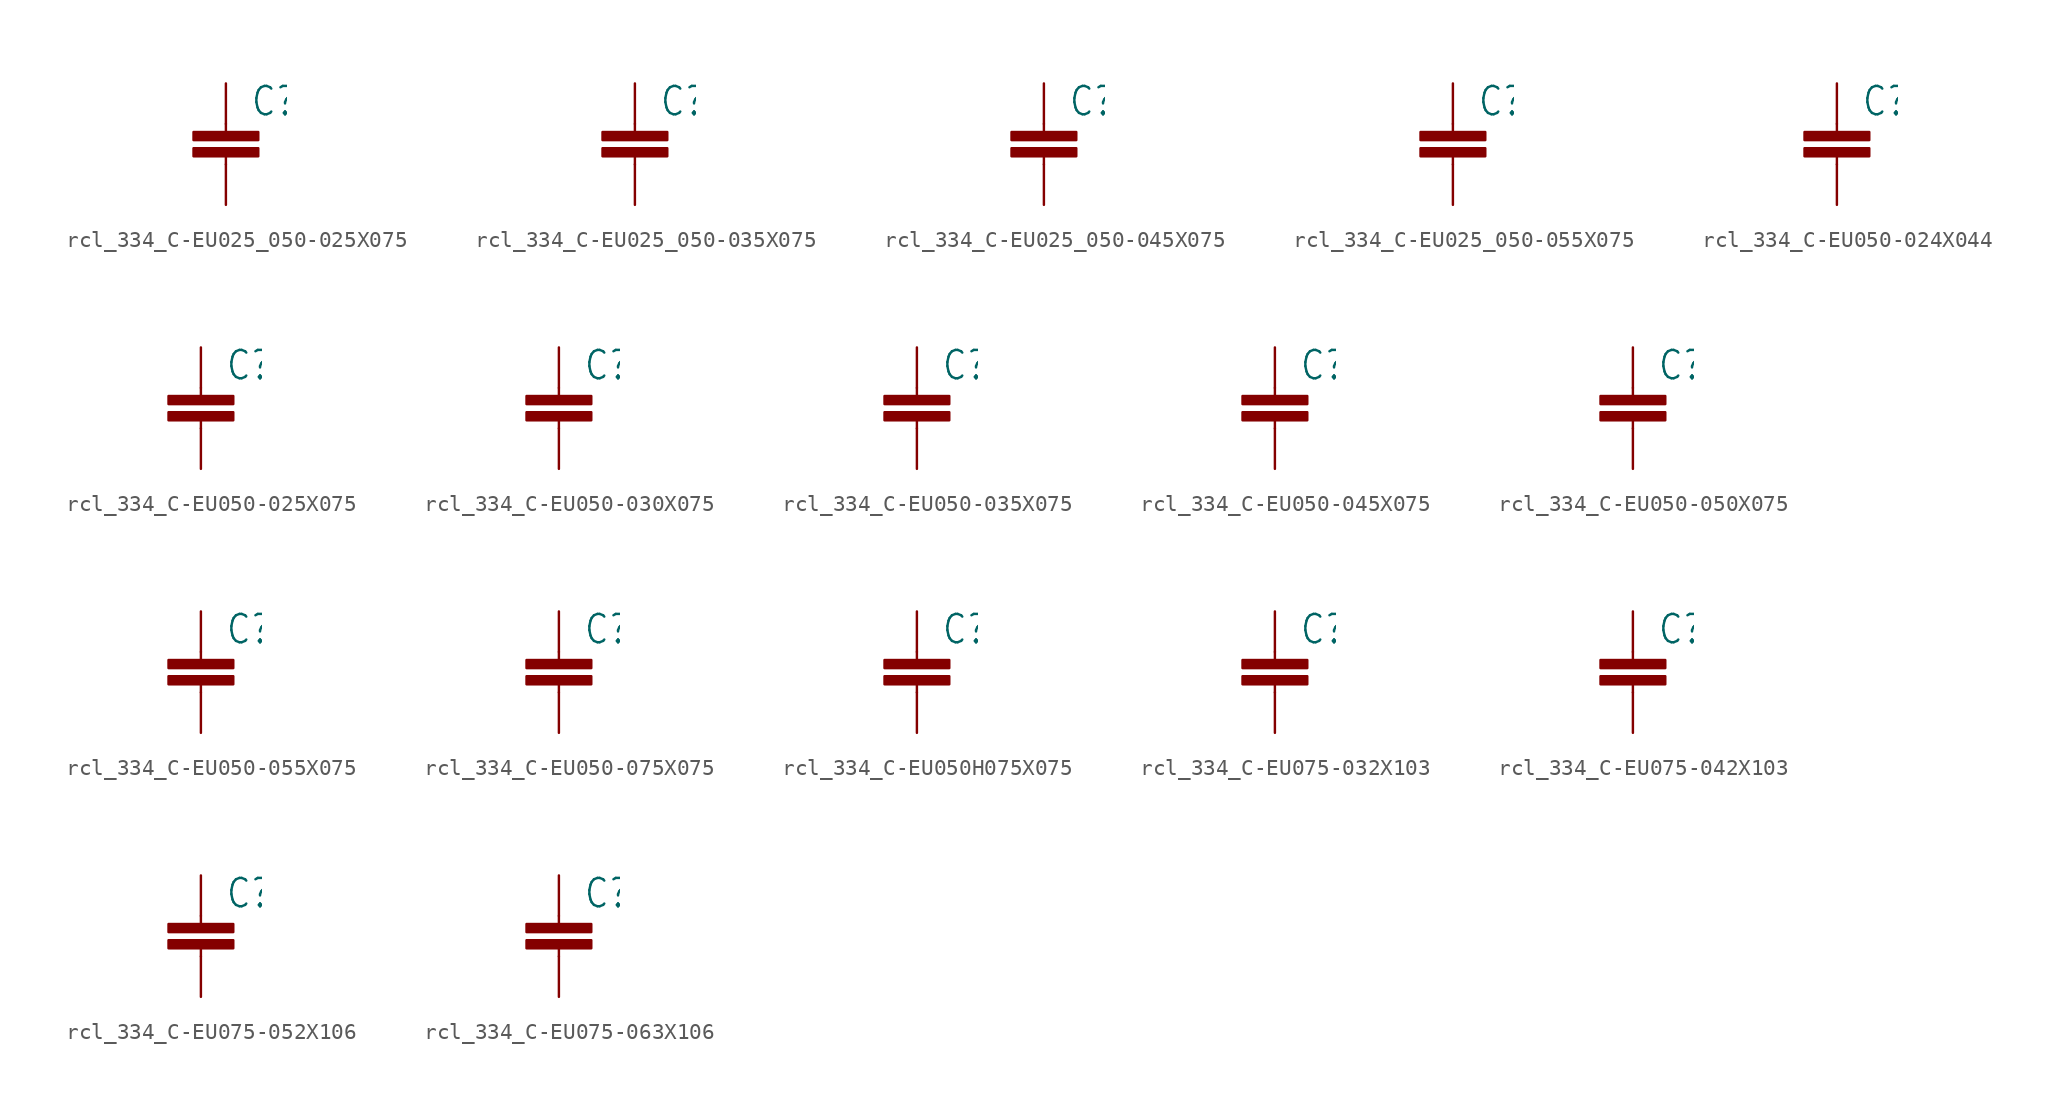
<source format=kicad_sym>
(kicad_symbol_lib
  (version 20241209)
  (generator "kicad_symbol_editor")
  (generator_version "9.0")
  (symbol "rcl_334_C-EU025_050-025X075"
    (property "Reference" "C"
      (at 1.524 0.381 0)
      (effects (font (size 1.778 1.511)) (justify left bottom)))
    (property "Value" ""
      (at 1.524 -4.699 0)
      (effects (font (size 1.778 1.511)) (justify left bottom)))
    (property "ki_locked" ""
      (at 0 0 0)
      (effects (font (size 1.27 1.27))))
    (symbol "rcl_334_C-EU025_050-025X075_1_0"
      (rectangle (start -2.032 -1.016) (end 2.032 -0.508) (stroke (width 0) (type default)) (fill (type outline)))
      (rectangle (start -2.032 -2.032) (end 2.032 -1.524) (stroke (width 0) (type default)) (fill (type outline)))
      (polyline (pts (xy 0 0) (xy 0 -0.508)) (stroke (width 0.152) (type solid)) (fill (type none)))
      (polyline (pts (xy 0 -2.54) (xy 0 -2.032)) (stroke (width 0.152) (type solid)) (fill (type none)))
      (pin passive line (at 0 2.54 270) (length 2.54) (name "1" (effects (font (size 0 0)))) (number "1" (effects (font (size 0 0)))))
      (pin passive line (at 0 -5.08 90) (length 2.54) (name "2" (effects (font (size 0 0)))) (number "2" (effects (font (size 0 0)))))))
  (symbol "rcl_334_C-EU025_050-035X075"
    (property "Reference" "C"
      (at 1.524 0.381 0)
      (effects (font (size 1.778 1.511)) (justify left bottom)))
    (property "Value" ""
      (at 1.524 -4.699 0)
      (effects (font (size 1.778 1.511)) (justify left bottom)))
    (property "ki_locked" ""
      (at 0 0 0)
      (effects (font (size 1.27 1.27))))
    (symbol "rcl_334_C-EU025_050-035X075_1_0"
      (rectangle (start -2.032 -1.016) (end 2.032 -0.508) (stroke (width 0) (type default)) (fill (type outline)))
      (rectangle (start -2.032 -2.032) (end 2.032 -1.524) (stroke (width 0) (type default)) (fill (type outline)))
      (polyline (pts (xy 0 0) (xy 0 -0.508)) (stroke (width 0.152) (type solid)) (fill (type none)))
      (polyline (pts (xy 0 -2.54) (xy 0 -2.032)) (stroke (width 0.152) (type solid)) (fill (type none)))
      (pin passive line (at 0 2.54 270) (length 2.54) (name "1" (effects (font (size 0 0)))) (number "1" (effects (font (size 0 0)))))
      (pin passive line (at 0 -5.08 90) (length 2.54) (name "2" (effects (font (size 0 0)))) (number "2" (effects (font (size 0 0)))))))
  (symbol "rcl_334_C-EU025_050-045X075"
    (property "Reference" "C"
      (at 1.524 0.381 0)
      (effects (font (size 1.778 1.511)) (justify left bottom)))
    (property "Value" ""
      (at 1.524 -4.699 0)
      (effects (font (size 1.778 1.511)) (justify left bottom)))
    (property "ki_locked" ""
      (at 0 0 0)
      (effects (font (size 1.27 1.27))))
    (symbol "rcl_334_C-EU025_050-045X075_1_0"
      (rectangle (start -2.032 -1.016) (end 2.032 -0.508) (stroke (width 0) (type default)) (fill (type outline)))
      (rectangle (start -2.032 -2.032) (end 2.032 -1.524) (stroke (width 0) (type default)) (fill (type outline)))
      (polyline (pts (xy 0 0) (xy 0 -0.508)) (stroke (width 0.152) (type solid)) (fill (type none)))
      (polyline (pts (xy 0 -2.54) (xy 0 -2.032)) (stroke (width 0.152) (type solid)) (fill (type none)))
      (pin passive line (at 0 2.54 270) (length 2.54) (name "1" (effects (font (size 0 0)))) (number "1" (effects (font (size 0 0)))))
      (pin passive line (at 0 -5.08 90) (length 2.54) (name "2" (effects (font (size 0 0)))) (number "2" (effects (font (size 0 0)))))))
  (symbol "rcl_334_C-EU025_050-055X075"
    (property "Reference" "C"
      (at 1.524 0.381 0)
      (effects (font (size 1.778 1.511)) (justify left bottom)))
    (property "Value" ""
      (at 1.524 -4.699 0)
      (effects (font (size 1.778 1.511)) (justify left bottom)))
    (property "ki_locked" ""
      (at 0 0 0)
      (effects (font (size 1.27 1.27))))
    (symbol "rcl_334_C-EU025_050-055X075_1_0"
      (rectangle (start -2.032 -1.016) (end 2.032 -0.508) (stroke (width 0) (type default)) (fill (type outline)))
      (rectangle (start -2.032 -2.032) (end 2.032 -1.524) (stroke (width 0) (type default)) (fill (type outline)))
      (polyline (pts (xy 0 0) (xy 0 -0.508)) (stroke (width 0.152) (type solid)) (fill (type none)))
      (polyline (pts (xy 0 -2.54) (xy 0 -2.032)) (stroke (width 0.152) (type solid)) (fill (type none)))
      (pin passive line (at 0 2.54 270) (length 2.54) (name "1" (effects (font (size 0 0)))) (number "1" (effects (font (size 0 0)))))
      (pin passive line (at 0 -5.08 90) (length 2.54) (name "2" (effects (font (size 0 0)))) (number "2" (effects (font (size 0 0)))))))
  (symbol "rcl_334_C-EU050-024X044"
    (property "Reference" "C"
      (at 1.524 0.381 0)
      (effects (font (size 1.778 1.511)) (justify left bottom)))
    (property "Value" ""
      (at 1.524 -4.699 0)
      (effects (font (size 1.778 1.511)) (justify left bottom)))
    (property "ki_locked" ""
      (at 0 0 0)
      (effects (font (size 1.27 1.27))))
    (symbol "rcl_334_C-EU050-024X044_1_0"
      (rectangle (start -2.032 -1.016) (end 2.032 -0.508) (stroke (width 0) (type default)) (fill (type outline)))
      (rectangle (start -2.032 -2.032) (end 2.032 -1.524) (stroke (width 0) (type default)) (fill (type outline)))
      (polyline (pts (xy 0 0) (xy 0 -0.508)) (stroke (width 0.152) (type solid)) (fill (type none)))
      (polyline (pts (xy 0 -2.54) (xy 0 -2.032)) (stroke (width 0.152) (type solid)) (fill (type none)))
      (pin passive line (at 0 2.54 270) (length 2.54) (name "1" (effects (font (size 0 0)))) (number "1" (effects (font (size 0 0)))))
      (pin passive line (at 0 -5.08 90) (length 2.54) (name "2" (effects (font (size 0 0)))) (number "2" (effects (font (size 0 0)))))))
  (symbol "rcl_334_C-EU050-025X075"
    (property "Reference" "C"
      (at 1.524 0.381 0)
      (effects (font (size 1.778 1.511)) (justify left bottom)))
    (property "Value" ""
      (at 1.524 -4.699 0)
      (effects (font (size 1.778 1.511)) (justify left bottom)))
    (property "ki_locked" ""
      (at 0 0 0)
      (effects (font (size 1.27 1.27))))
    (symbol "rcl_334_C-EU050-025X075_1_0"
      (rectangle (start -2.032 -1.016) (end 2.032 -0.508) (stroke (width 0) (type default)) (fill (type outline)))
      (rectangle (start -2.032 -2.032) (end 2.032 -1.524) (stroke (width 0) (type default)) (fill (type outline)))
      (polyline (pts (xy 0 0) (xy 0 -0.508)) (stroke (width 0.152) (type solid)) (fill (type none)))
      (polyline (pts (xy 0 -2.54) (xy 0 -2.032)) (stroke (width 0.152) (type solid)) (fill (type none)))
      (pin passive line (at 0 2.54 270) (length 2.54) (name "1" (effects (font (size 0 0)))) (number "1" (effects (font (size 0 0)))))
      (pin passive line (at 0 -5.08 90) (length 2.54) (name "2" (effects (font (size 0 0)))) (number "2" (effects (font (size 0 0)))))))
  (symbol "rcl_334_C-EU050-030X075"
    (property "Reference" "C"
      (at 1.524 0.381 0)
      (effects (font (size 1.778 1.511)) (justify left bottom)))
    (property "Value" ""
      (at 1.524 -4.699 0)
      (effects (font (size 1.778 1.511)) (justify left bottom)))
    (property "ki_locked" ""
      (at 0 0 0)
      (effects (font (size 1.27 1.27))))
    (symbol "rcl_334_C-EU050-030X075_1_0"
      (rectangle (start -2.032 -1.016) (end 2.032 -0.508) (stroke (width 0) (type default)) (fill (type outline)))
      (rectangle (start -2.032 -2.032) (end 2.032 -1.524) (stroke (width 0) (type default)) (fill (type outline)))
      (polyline (pts (xy 0 0) (xy 0 -0.508)) (stroke (width 0.152) (type solid)) (fill (type none)))
      (polyline (pts (xy 0 -2.54) (xy 0 -2.032)) (stroke (width 0.152) (type solid)) (fill (type none)))
      (pin passive line (at 0 2.54 270) (length 2.54) (name "1" (effects (font (size 0 0)))) (number "1" (effects (font (size 0 0)))))
      (pin passive line (at 0 -5.08 90) (length 2.54) (name "2" (effects (font (size 0 0)))) (number "2" (effects (font (size 0 0)))))))
  (symbol "rcl_334_C-EU050-035X075"
    (property "Reference" "C"
      (at 1.524 0.381 0)
      (effects (font (size 1.778 1.511)) (justify left bottom)))
    (property "Value" ""
      (at 1.524 -4.699 0)
      (effects (font (size 1.778 1.511)) (justify left bottom)))
    (property "ki_locked" ""
      (at 0 0 0)
      (effects (font (size 1.27 1.27))))
    (symbol "rcl_334_C-EU050-035X075_1_0"
      (rectangle (start -2.032 -1.016) (end 2.032 -0.508) (stroke (width 0) (type default)) (fill (type outline)))
      (rectangle (start -2.032 -2.032) (end 2.032 -1.524) (stroke (width 0) (type default)) (fill (type outline)))
      (polyline (pts (xy 0 0) (xy 0 -0.508)) (stroke (width 0.152) (type solid)) (fill (type none)))
      (polyline (pts (xy 0 -2.54) (xy 0 -2.032)) (stroke (width 0.152) (type solid)) (fill (type none)))
      (pin passive line (at 0 2.54 270) (length 2.54) (name "1" (effects (font (size 0 0)))) (number "1" (effects (font (size 0 0)))))
      (pin passive line (at 0 -5.08 90) (length 2.54) (name "2" (effects (font (size 0 0)))) (number "2" (effects (font (size 0 0)))))))
  (symbol "rcl_334_C-EU050-045X075"
    (property "Reference" "C"
      (at 1.524 0.381 0)
      (effects (font (size 1.778 1.511)) (justify left bottom)))
    (property "Value" ""
      (at 1.524 -4.699 0)
      (effects (font (size 1.778 1.511)) (justify left bottom)))
    (property "ki_locked" ""
      (at 0 0 0)
      (effects (font (size 1.27 1.27))))
    (symbol "rcl_334_C-EU050-045X075_1_0"
      (rectangle (start -2.032 -1.016) (end 2.032 -0.508) (stroke (width 0) (type default)) (fill (type outline)))
      (rectangle (start -2.032 -2.032) (end 2.032 -1.524) (stroke (width 0) (type default)) (fill (type outline)))
      (polyline (pts (xy 0 0) (xy 0 -0.508)) (stroke (width 0.152) (type solid)) (fill (type none)))
      (polyline (pts (xy 0 -2.54) (xy 0 -2.032)) (stroke (width 0.152) (type solid)) (fill (type none)))
      (pin passive line (at 0 2.54 270) (length 2.54) (name "1" (effects (font (size 0 0)))) (number "1" (effects (font (size 0 0)))))
      (pin passive line (at 0 -5.08 90) (length 2.54) (name "2" (effects (font (size 0 0)))) (number "2" (effects (font (size 0 0)))))))
  (symbol "rcl_334_C-EU050-050X075"
    (property "Reference" "C"
      (at 1.524 0.381 0)
      (effects (font (size 1.778 1.511)) (justify left bottom)))
    (property "Value" ""
      (at 1.524 -4.699 0)
      (effects (font (size 1.778 1.511)) (justify left bottom)))
    (property "ki_locked" ""
      (at 0 0 0)
      (effects (font (size 1.27 1.27))))
    (symbol "rcl_334_C-EU050-050X075_1_0"
      (rectangle (start -2.032 -1.016) (end 2.032 -0.508) (stroke (width 0) (type default)) (fill (type outline)))
      (rectangle (start -2.032 -2.032) (end 2.032 -1.524) (stroke (width 0) (type default)) (fill (type outline)))
      (polyline (pts (xy 0 0) (xy 0 -0.508)) (stroke (width 0.152) (type solid)) (fill (type none)))
      (polyline (pts (xy 0 -2.54) (xy 0 -2.032)) (stroke (width 0.152) (type solid)) (fill (type none)))
      (pin passive line (at 0 2.54 270) (length 2.54) (name "1" (effects (font (size 0 0)))) (number "1" (effects (font (size 0 0)))))
      (pin passive line (at 0 -5.08 90) (length 2.54) (name "2" (effects (font (size 0 0)))) (number "2" (effects (font (size 0 0)))))))
  (symbol "rcl_334_C-EU050-055X075"
    (property "Reference" "C"
      (at 1.524 0.381 0)
      (effects (font (size 1.778 1.511)) (justify left bottom)))
    (property "Value" ""
      (at 1.524 -4.699 0)
      (effects (font (size 1.778 1.511)) (justify left bottom)))
    (property "ki_locked" ""
      (at 0 0 0)
      (effects (font (size 1.27 1.27))))
    (symbol "rcl_334_C-EU050-055X075_1_0"
      (rectangle (start -2.032 -1.016) (end 2.032 -0.508) (stroke (width 0) (type default)) (fill (type outline)))
      (rectangle (start -2.032 -2.032) (end 2.032 -1.524) (stroke (width 0) (type default)) (fill (type outline)))
      (polyline (pts (xy 0 0) (xy 0 -0.508)) (stroke (width 0.152) (type solid)) (fill (type none)))
      (polyline (pts (xy 0 -2.54) (xy 0 -2.032)) (stroke (width 0.152) (type solid)) (fill (type none)))
      (pin passive line (at 0 2.54 270) (length 2.54) (name "1" (effects (font (size 0 0)))) (number "1" (effects (font (size 0 0)))))
      (pin passive line (at 0 -5.08 90) (length 2.54) (name "2" (effects (font (size 0 0)))) (number "2" (effects (font (size 0 0)))))))
  (symbol "rcl_334_C-EU050-075X075"
    (property "Reference" "C"
      (at 1.524 0.381 0)
      (effects (font (size 1.778 1.511)) (justify left bottom)))
    (property "Value" ""
      (at 1.524 -4.699 0)
      (effects (font (size 1.778 1.511)) (justify left bottom)))
    (property "ki_locked" ""
      (at 0 0 0)
      (effects (font (size 1.27 1.27))))
    (symbol "rcl_334_C-EU050-075X075_1_0"
      (rectangle (start -2.032 -1.016) (end 2.032 -0.508) (stroke (width 0) (type default)) (fill (type outline)))
      (rectangle (start -2.032 -2.032) (end 2.032 -1.524) (stroke (width 0) (type default)) (fill (type outline)))
      (polyline (pts (xy 0 0) (xy 0 -0.508)) (stroke (width 0.152) (type solid)) (fill (type none)))
      (polyline (pts (xy 0 -2.54) (xy 0 -2.032)) (stroke (width 0.152) (type solid)) (fill (type none)))
      (pin passive line (at 0 2.54 270) (length 2.54) (name "1" (effects (font (size 0 0)))) (number "1" (effects (font (size 0 0)))))
      (pin passive line (at 0 -5.08 90) (length 2.54) (name "2" (effects (font (size 0 0)))) (number "2" (effects (font (size 0 0)))))))
  (symbol "rcl_334_C-EU050H075X075"
    (property "Reference" "C"
      (at 1.524 0.381 0)
      (effects (font (size 1.778 1.511)) (justify left bottom)))
    (property "Value" ""
      (at 1.524 -4.699 0)
      (effects (font (size 1.778 1.511)) (justify left bottom)))
    (property "ki_locked" ""
      (at 0 0 0)
      (effects (font (size 1.27 1.27))))
    (symbol "rcl_334_C-EU050H075X075_1_0"
      (rectangle (start -2.032 -1.016) (end 2.032 -0.508) (stroke (width 0) (type default)) (fill (type outline)))
      (rectangle (start -2.032 -2.032) (end 2.032 -1.524) (stroke (width 0) (type default)) (fill (type outline)))
      (polyline (pts (xy 0 0) (xy 0 -0.508)) (stroke (width 0.152) (type solid)) (fill (type none)))
      (polyline (pts (xy 0 -2.54) (xy 0 -2.032)) (stroke (width 0.152) (type solid)) (fill (type none)))
      (pin passive line (at 0 2.54 270) (length 2.54) (name "1" (effects (font (size 0 0)))) (number "1" (effects (font (size 0 0)))))
      (pin passive line (at 0 -5.08 90) (length 2.54) (name "2" (effects (font (size 0 0)))) (number "2" (effects (font (size 0 0)))))))
  (symbol "rcl_334_C-EU075-032X103"
    (property "Reference" "C"
      (at 1.524 0.381 0)
      (effects (font (size 1.778 1.511)) (justify left bottom)))
    (property "Value" ""
      (at 1.524 -4.699 0)
      (effects (font (size 1.778 1.511)) (justify left bottom)))
    (property "ki_locked" ""
      (at 0 0 0)
      (effects (font (size 1.27 1.27))))
    (symbol "rcl_334_C-EU075-032X103_1_0"
      (rectangle (start -2.032 -1.016) (end 2.032 -0.508) (stroke (width 0) (type default)) (fill (type outline)))
      (rectangle (start -2.032 -2.032) (end 2.032 -1.524) (stroke (width 0) (type default)) (fill (type outline)))
      (polyline (pts (xy 0 0) (xy 0 -0.508)) (stroke (width 0.152) (type solid)) (fill (type none)))
      (polyline (pts (xy 0 -2.54) (xy 0 -2.032)) (stroke (width 0.152) (type solid)) (fill (type none)))
      (pin passive line (at 0 2.54 270) (length 2.54) (name "1" (effects (font (size 0 0)))) (number "1" (effects (font (size 0 0)))))
      (pin passive line (at 0 -5.08 90) (length 2.54) (name "2" (effects (font (size 0 0)))) (number "2" (effects (font (size 0 0)))))))
  (symbol "rcl_334_C-EU075-042X103"
    (property "Reference" "C"
      (at 1.524 0.381 0)
      (effects (font (size 1.778 1.511)) (justify left bottom)))
    (property "Value" ""
      (at 1.524 -4.699 0)
      (effects (font (size 1.778 1.511)) (justify left bottom)))
    (property "ki_locked" ""
      (at 0 0 0)
      (effects (font (size 1.27 1.27))))
    (symbol "rcl_334_C-EU075-042X103_1_0"
      (rectangle (start -2.032 -1.016) (end 2.032 -0.508) (stroke (width 0) (type default)) (fill (type outline)))
      (rectangle (start -2.032 -2.032) (end 2.032 -1.524) (stroke (width 0) (type default)) (fill (type outline)))
      (polyline (pts (xy 0 0) (xy 0 -0.508)) (stroke (width 0.152) (type solid)) (fill (type none)))
      (polyline (pts (xy 0 -2.54) (xy 0 -2.032)) (stroke (width 0.152) (type solid)) (fill (type none)))
      (pin passive line (at 0 2.54 270) (length 2.54) (name "1" (effects (font (size 0 0)))) (number "1" (effects (font (size 0 0)))))
      (pin passive line (at 0 -5.08 90) (length 2.54) (name "2" (effects (font (size 0 0)))) (number "2" (effects (font (size 0 0)))))))
  (symbol "rcl_334_C-EU075-052X106"
    (property "Reference" "C"
      (at 1.524 0.381 0)
      (effects (font (size 1.778 1.511)) (justify left bottom)))
    (property "Value" ""
      (at 1.524 -4.699 0)
      (effects (font (size 1.778 1.511)) (justify left bottom)))
    (property "ki_locked" ""
      (at 0 0 0)
      (effects (font (size 1.27 1.27))))
    (symbol "rcl_334_C-EU075-052X106_1_0"
      (rectangle (start -2.032 -1.016) (end 2.032 -0.508) (stroke (width 0) (type default)) (fill (type outline)))
      (rectangle (start -2.032 -2.032) (end 2.032 -1.524) (stroke (width 0) (type default)) (fill (type outline)))
      (polyline (pts (xy 0 0) (xy 0 -0.508)) (stroke (width 0.152) (type solid)) (fill (type none)))
      (polyline (pts (xy 0 -2.54) (xy 0 -2.032)) (stroke (width 0.152) (type solid)) (fill (type none)))
      (pin passive line (at 0 2.54 270) (length 2.54) (name "1" (effects (font (size 0 0)))) (number "1" (effects (font (size 0 0)))))
      (pin passive line (at 0 -5.08 90) (length 2.54) (name "2" (effects (font (size 0 0)))) (number "2" (effects (font (size 0 0)))))))
  (symbol "rcl_334_C-EU075-063X106"
    (property "Reference" "C"
      (at 1.524 0.381 0)
      (effects (font (size 1.778 1.511)) (justify left bottom)))
    (property "Value" ""
      (at 1.524 -4.699 0)
      (effects (font (size 1.778 1.511)) (justify left bottom)))
    (property "ki_locked" ""
      (at 0 0 0)
      (effects (font (size 1.27 1.27))))
    (symbol "rcl_334_C-EU075-063X106_1_0"
      (rectangle (start -2.032 -1.016) (end 2.032 -0.508) (stroke (width 0) (type default)) (fill (type outline)))
      (rectangle (start -2.032 -2.032) (end 2.032 -1.524) (stroke (width 0) (type default)) (fill (type outline)))
      (polyline (pts (xy 0 0) (xy 0 -0.508)) (stroke (width 0.152) (type solid)) (fill (type none)))
      (polyline (pts (xy 0 -2.54) (xy 0 -2.032)) (stroke (width 0.152) (type solid)) (fill (type none)))
      (pin passive line (at 0 2.54 270) (length 2.54) (name "1" (effects (font (size 0 0)))) (number "1" (effects (font (size 0 0)))))
      (pin passive line (at 0 -5.08 90) (length 2.54) (name "2" (effects (font (size 0 0)))) (number "2" (effects (font (size 0 0))))))))
</source>
